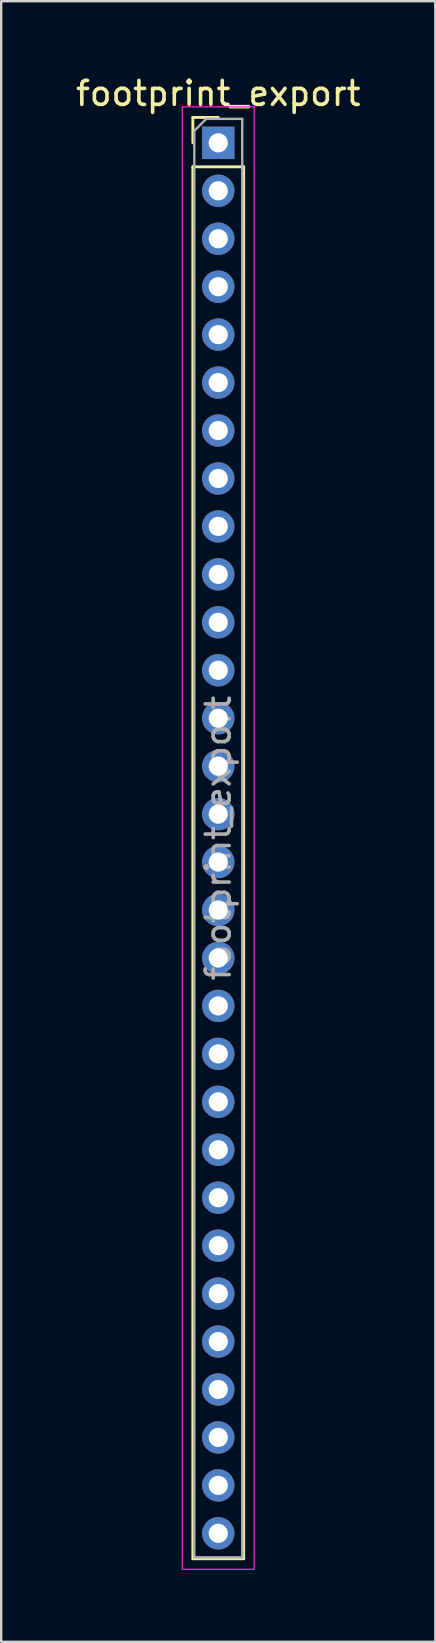
<source format=kicad_pcb>
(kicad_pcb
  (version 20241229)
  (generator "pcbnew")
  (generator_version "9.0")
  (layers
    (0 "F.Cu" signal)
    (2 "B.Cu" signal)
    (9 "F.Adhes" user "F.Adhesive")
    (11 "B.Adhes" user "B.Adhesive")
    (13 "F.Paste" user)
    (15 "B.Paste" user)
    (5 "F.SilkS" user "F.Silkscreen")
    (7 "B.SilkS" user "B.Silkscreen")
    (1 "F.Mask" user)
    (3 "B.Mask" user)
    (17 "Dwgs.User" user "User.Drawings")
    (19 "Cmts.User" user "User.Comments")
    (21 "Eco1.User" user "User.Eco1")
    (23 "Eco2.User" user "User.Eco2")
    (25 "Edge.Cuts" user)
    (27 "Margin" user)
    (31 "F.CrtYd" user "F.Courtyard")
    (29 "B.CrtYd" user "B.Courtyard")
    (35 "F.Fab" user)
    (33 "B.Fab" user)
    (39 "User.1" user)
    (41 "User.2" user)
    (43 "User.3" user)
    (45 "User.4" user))
  (footprint "footprint_export"
    (layer "F.Cu")
    (at 6.054 2.908)
    (property "Reference" "footprint_export" (at 0 -2.06 0) (layer "F.SilkS") (effects (font (size 1 1) (thickness 0.15))))
    (attr through_hole)
    (fp_line (start -1.06 -1.06) (end 0 -1.06) (stroke (width 0.12) (type solid)) (layer "F.SilkS"))
    (fp_line (start -1.06 0) (end -1.06 -1.06) (stroke (width 0.12) (type solid)) (layer "F.SilkS"))
    (fp_line (start -1.06 1) (end -1.06 59.06) (stroke (width 0.12) (type solid)) (layer "F.SilkS"))
    (fp_line (start -1.06 1) (end 1.06 1) (stroke (width 0.12) (type solid)) (layer "F.SilkS"))
    (fp_line (start -1.06 59.06) (end 1.06 59.06) (stroke (width 0.12) (type solid)) (layer "F.SilkS"))
    (fp_line (start 1.06 1) (end 1.06 59.06) (stroke (width 0.12) (type solid)) (layer "F.SilkS"))
    (fp_line (start -1.5 -1.5) (end -1.5 59.5) (stroke (width 0.05) (type solid)) (layer "F.CrtYd"))
    (fp_line (start -1.5 59.5) (end 1.5 59.5) (stroke (width 0.05) (type solid)) (layer "F.CrtYd"))
    (fp_line (start 1.5 -1.5) (end -1.5 -1.5) (stroke (width 0.05) (type solid)) (layer "F.CrtYd"))
    (fp_line (start 1.5 59.5) (end 1.5 -1.5) (stroke (width 0.05) (type solid)) (layer "F.CrtYd"))
    (fp_line (start -1 -0.5) (end -0.5 -1) (stroke (width 0.1) (type solid)) (layer "F.Fab"))
    (fp_line (start -1 59) (end -1 -0.5) (stroke (width 0.1) (type solid)) (layer "F.Fab"))
    (fp_line (start -0.5 -1) (end 1 -1) (stroke (width 0.1) (type solid)) (layer "F.Fab"))
    (fp_line (start 1 -1) (end 1 59) (stroke (width 0.1) (type solid)) (layer "F.Fab"))
    (fp_line (start 1 59) (end -1 59) (stroke (width 0.1) (type solid)) (layer "F.Fab"))
    (fp_text user "${REFERENCE}" (at 0 29 90) (layer "F.Fab") (effects (font (size 1 1) (thickness 0.15))))
    (pad "1" thru_hole rect (at 0 0) (size 1.35 1.35) (drill 0.8) (layers "*.Cu" "*.Mask"))
    (pad "2" thru_hole oval (at 0 2) (size 1.35 1.35) (drill 0.8) (layers "*.Cu" "*.Mask"))
    (pad "3" thru_hole oval (at 0 4) (size 1.35 1.35) (drill 0.8) (layers "*.Cu" "*.Mask"))
    (pad "4" thru_hole oval (at 0 6) (size 1.35 1.35) (drill 0.8) (layers "*.Cu" "*.Mask"))
    (pad "5" thru_hole oval (at 0 8) (size 1.35 1.35) (drill 0.8) (layers "*.Cu" "*.Mask"))
    (pad "6" thru_hole oval (at 0 10) (size 1.35 1.35) (drill 0.8) (layers "*.Cu" "*.Mask"))
    (pad "7" thru_hole oval (at 0 12) (size 1.35 1.35) (drill 0.8) (layers "*.Cu" "*.Mask"))
    (pad "8" thru_hole oval (at 0 14) (size 1.35 1.35) (drill 0.8) (layers "*.Cu" "*.Mask"))
    (pad "9" thru_hole oval (at 0 16) (size 1.35 1.35) (drill 0.8) (layers "*.Cu" "*.Mask"))
    (pad "10" thru_hole oval (at 0 18) (size 1.35 1.35) (drill 0.8) (layers "*.Cu" "*.Mask"))
    (pad "11" thru_hole oval (at 0 20) (size 1.35 1.35) (drill 0.8) (layers "*.Cu" "*.Mask"))
    (pad "12" thru_hole oval (at 0 22) (size 1.35 1.35) (drill 0.8) (layers "*.Cu" "*.Mask"))
    (pad "13" thru_hole oval (at 0 24) (size 1.35 1.35) (drill 0.8) (layers "*.Cu" "*.Mask"))
    (pad "14" thru_hole oval (at 0 26) (size 1.35 1.35) (drill 0.8) (layers "*.Cu" "*.Mask"))
    (pad "15" thru_hole oval (at 0 28) (size 1.35 1.35) (drill 0.8) (layers "*.Cu" "*.Mask"))
    (pad "16" thru_hole oval (at 0 30) (size 1.35 1.35) (drill 0.8) (layers "*.Cu" "*.Mask"))
    (pad "17" thru_hole oval (at 0 32) (size 1.35 1.35) (drill 0.8) (layers "*.Cu" "*.Mask"))
    (pad "18" thru_hole oval (at 0 34) (size 1.35 1.35) (drill 0.8) (layers "*.Cu" "*.Mask"))
    (pad "19" thru_hole oval (at 0 36) (size 1.35 1.35) (drill 0.8) (layers "*.Cu" "*.Mask"))
    (pad "20" thru_hole oval (at 0 38) (size 1.35 1.35) (drill 0.8) (layers "*.Cu" "*.Mask"))
    (pad "21" thru_hole oval (at 0 40) (size 1.35 1.35) (drill 0.8) (layers "*.Cu" "*.Mask"))
    (pad "22" thru_hole oval (at 0 42) (size 1.35 1.35) (drill 0.8) (layers "*.Cu" "*.Mask"))
    (pad "23" thru_hole oval (at 0 44) (size 1.35 1.35) (drill 0.8) (layers "*.Cu" "*.Mask"))
    (pad "24" thru_hole oval (at 0 46) (size 1.35 1.35) (drill 0.8) (layers "*.Cu" "*.Mask"))
    (pad "25" thru_hole oval (at 0 48) (size 1.35 1.35) (drill 0.8) (layers "*.Cu" "*.Mask"))
    (pad "26" thru_hole oval (at 0 50) (size 1.35 1.35) (drill 0.8) (layers "*.Cu" "*.Mask"))
    (pad "27" thru_hole oval (at 0 52) (size 1.35 1.35) (drill 0.8) (layers "*.Cu" "*.Mask"))
    (pad "28" thru_hole oval (at 0 54) (size 1.35 1.35) (drill 0.8) (layers "*.Cu" "*.Mask"))
    (pad "29" thru_hole oval (at 0 56) (size 1.35 1.35) (drill 0.8) (layers "*.Cu" "*.Mask"))
    (pad "30" thru_hole oval (at 0 58) (size 1.35 1.35) (drill 0.8) (layers "*.Cu" "*.Mask")))
  (gr_rect
    (start -3 -3)
    (end 15.107 65.433)
    (stroke (width 0.1) (type default))
    (fill no)
    (layer "Edge.Cuts")))
</source>
